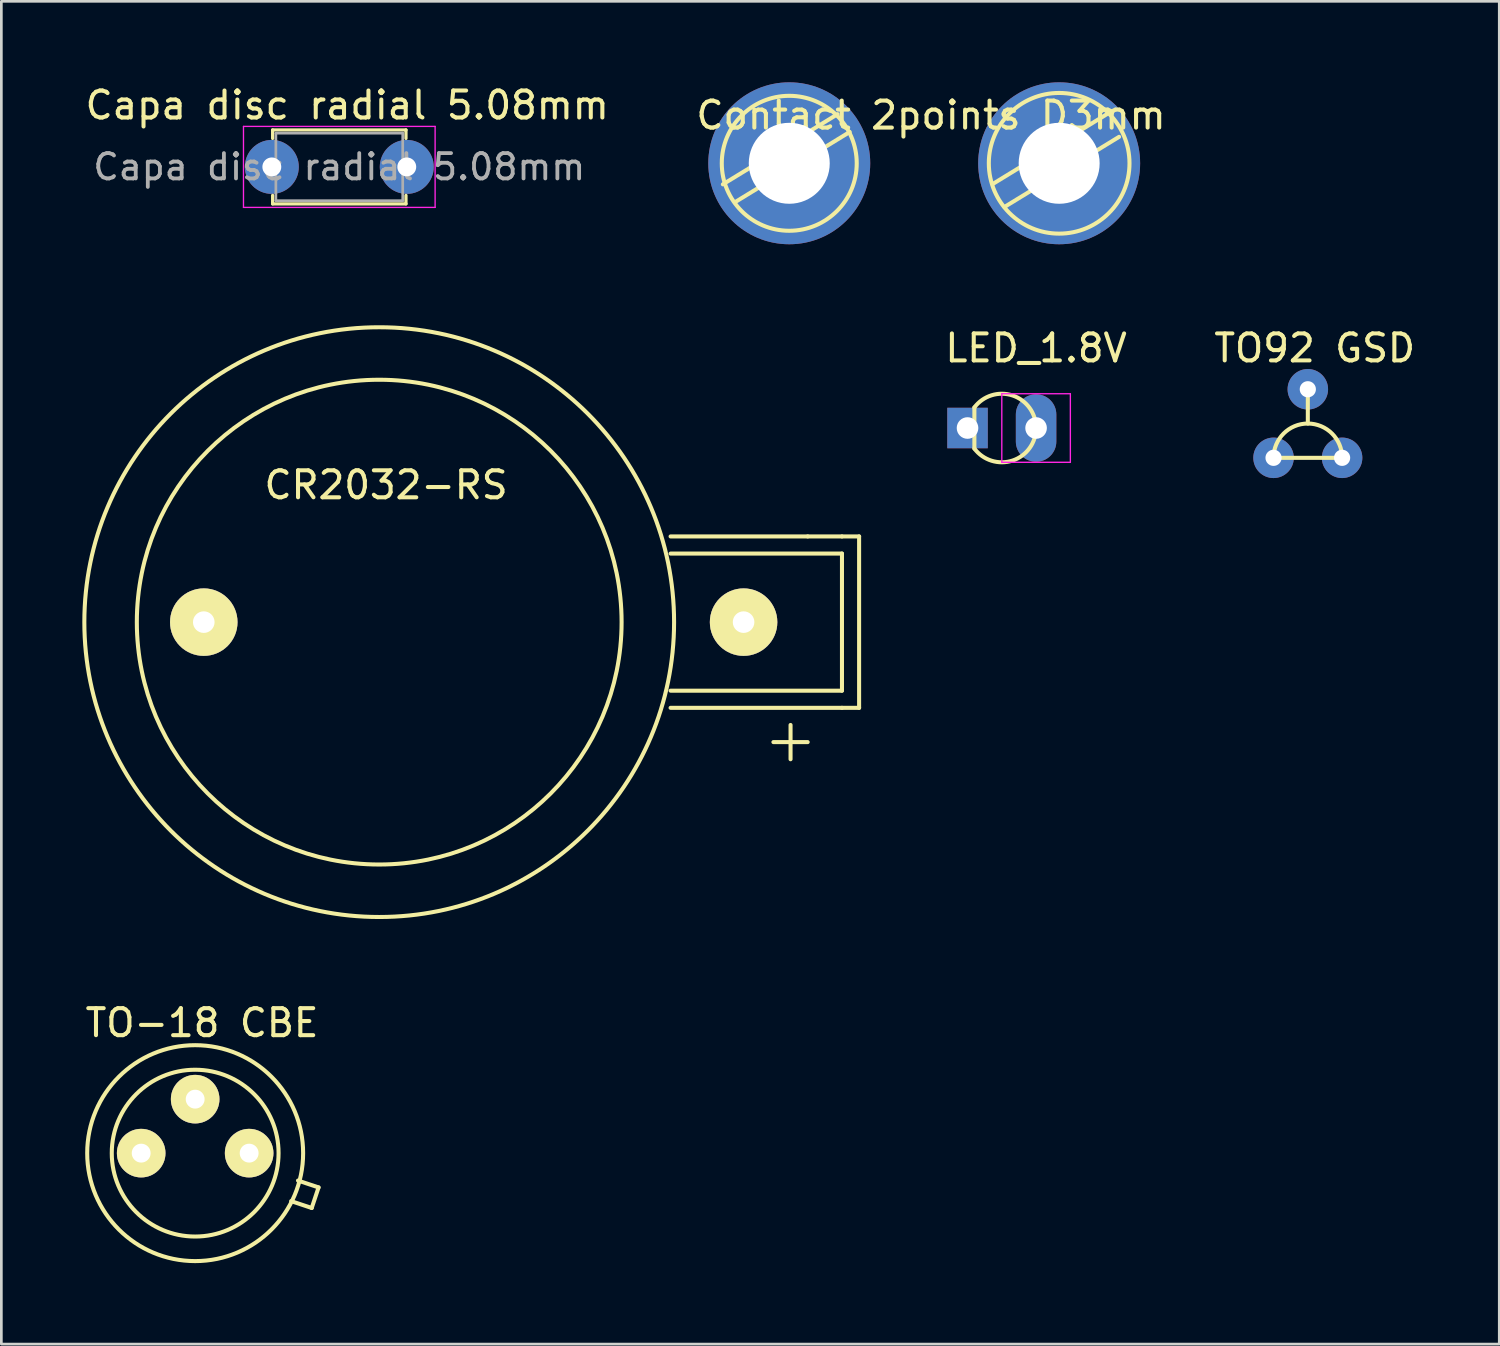
<source format=kicad_pcb>
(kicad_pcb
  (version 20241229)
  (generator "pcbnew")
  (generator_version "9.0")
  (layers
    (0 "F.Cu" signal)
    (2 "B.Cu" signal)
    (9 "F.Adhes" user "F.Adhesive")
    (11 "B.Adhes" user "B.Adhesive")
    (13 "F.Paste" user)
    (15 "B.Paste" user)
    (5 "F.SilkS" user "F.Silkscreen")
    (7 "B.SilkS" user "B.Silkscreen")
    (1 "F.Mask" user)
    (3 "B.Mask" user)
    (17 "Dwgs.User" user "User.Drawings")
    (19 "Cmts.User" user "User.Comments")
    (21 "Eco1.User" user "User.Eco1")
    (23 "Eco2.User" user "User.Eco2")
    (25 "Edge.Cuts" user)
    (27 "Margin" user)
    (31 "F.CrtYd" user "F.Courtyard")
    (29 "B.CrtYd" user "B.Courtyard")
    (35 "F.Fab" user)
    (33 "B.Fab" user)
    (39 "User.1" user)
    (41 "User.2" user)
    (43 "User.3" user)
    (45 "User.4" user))
  (footprint "TO92 GSD"
    (layer "F.Cu")
    (at 45.405 11.372)
    (property "Reference" "TO92 GSD" (at 0.254 -1.524 0) (layer "F.SilkS") (effects (font (size 1 1) (thickness 0.15))))
    (attr through_hole)
    (fp_line (start -1.27 2.54) (end 1.27 2.54) (stroke (width 0.15) (type solid)) (layer "F.SilkS"))
    (fp_line (start 0 1.27) (end 0 0) (stroke (width 0.15) (type solid)) (layer "F.SilkS"))
    (fp_arc (start -1.27 2.54) (mid 0 1.27) (end 1.27 2.54) (stroke (width 0.15) (type solid)) (layer "F.SilkS"))
    (pad "1" thru_hole circle (at 0 0) (size 1.5 1.5) (drill 0.6) (layers "*.Cu" "*.Mask"))
    (pad "2" thru_hole circle (at 1.27 2.54) (size 1.5 1.5) (drill 0.6) (layers "*.Cu" "*.Mask"))
    (pad "3" thru_hole circle (at -1.27 2.54) (size 1.5 1.5) (drill 0.6) (layers "*.Cu" "*.Mask")))
  (footprint "TO-18 CBE"
    (layer "F.Cu")
    (at 4.181 39.674)
    (property "Reference" "TO-18 CBE" (at 0.254 -4.826 0) (layer "F.SilkS") (effects (font (size 1 1) (thickness 0.15))))
    (attr through_hole)
    (fp_line (start 3.81 1.016) (end 4.572 1.27) (stroke (width 0.15) (type solid)) (layer "F.SilkS"))
    (fp_line (start 4.318 2.032) (end 3.556 1.778) (stroke (width 0.15) (type solid)) (layer "F.SilkS"))
    (fp_line (start 4.572 1.27) (end 4.318 2.032) (stroke (width 0.15) (type solid)) (layer "F.SilkS"))
    (fp_circle (center 0 0) (end 3.048 0.508) (stroke (width 0.15) (type solid)) (fill no) (layer "F.SilkS"))
    (fp_circle (center 0 0) (end 4 0) (stroke (width 0.15) (type solid)) (fill no) (layer "F.SilkS"))
    (pad "1" thru_hole circle (at -2 0) (size 1.8 1.8) (drill 0.7) (layers "*.Cu" "*.Mask" "F.SilkS"))
    (pad "2" thru_hole circle (at 0 -2) (size 1.8 1.8) (drill 0.7) (layers "*.Cu" "*.Mask" "F.SilkS"))
    (pad "3" thru_hole circle (at 2 0) (size 1.8 1.8) (drill 0.7) (layers "*.Cu" "*.Mask" "F.SilkS")))
  (footprint "Contact 2points D3mm"
    (layer "F.Cu")
    (at 31.192 3)
    (property "Reference" "Contact 2points D3mm" (at 0.254 -1.778 0) (layer "F.SilkS") (effects (font (size 1 1) (thickness 0.15))))
    (attr through_hole)
    (fp_line (start -7.46 0.78) (end -3.21 -1.82) (stroke (width 0.15) (type solid)) (layer "F.SilkS"))
    (fp_line (start -7.01 1.44) (end -2.76 -1.16) (stroke (width 0.15) (type solid)) (layer "F.SilkS"))
    (fp_line (start 2.55 0.76) (end 6.8 -1.84) (stroke (width 0.15) (type solid)) (layer "F.SilkS"))
    (fp_line (start 2.97 1.62) (end 7.22 -0.98) (stroke (width 0.15) (type solid)) (layer "F.SilkS"))
    (fp_circle (center -5 0) (end -2.5 0) (stroke (width 0.15) (type solid)) (fill no) (layer "F.SilkS"))
    (fp_circle (center 5 0) (end 7.606 0) (stroke (width 0.15) (type solid)) (fill no) (layer "F.SilkS"))
    (pad "1" thru_hole circle (at -5 0) (size 6 6) (drill 3) (layers "*.Cu" "*.Mask"))
    (pad "2" thru_hole circle (at 5 0) (size 6 6) (drill 3) (layers "*.Cu" "*.Mask")))
  (footprint "LED_1.8V"
    (layer "F.Cu")
    (at 32.797 12.808)
    (property "Reference" "LED_1.8V" (at 2.54 -2.96 0) (layer "F.SilkS") (effects (font (size 1 1) (thickness 0.15))))
    (attr through_hole)
    (fp_line (start 0.254 -0.762) (end 0.254 0.762) (stroke (width 0.15) (type solid)) (layer "F.SilkS"))
    (fp_arc (start 0.254 -0.762) (mid 1.671609 -1.204828) (end 2.54 0) (stroke (width 0.15) (type solid)) (layer "F.SilkS"))
    (fp_arc (start 2.54 0) (mid 1.671609 1.204828) (end 0.254 0.762) (stroke (width 0.15) (type solid)) (layer "F.SilkS"))
    (fp_line (start 1.27 -1.27) (end 1.27 1.27) (stroke (width 0.05) (type solid)) (layer "F.CrtYd"))
    (fp_line (start 1.27 1.27) (end 3.81 1.27) (stroke (width 0.05) (type solid)) (layer "F.CrtYd"))
    (fp_line (start 3.81 -1.27) (end 1.27 -1.27) (stroke (width 0.05) (type solid)) (layer "F.CrtYd"))
    (fp_line (start 3.81 1.27) (end 3.81 -1.27) (stroke (width 0.05) (type solid)) (layer "F.CrtYd"))
    (pad "1" thru_hole rect (at 0 0) (size 1.5 1.5) (drill 0.8) (layers "*.Cu" "*.Mask"))
    (pad "2" thru_hole oval (at 2.54 0) (size 1.5 2.5) (drill 0.8) (layers "*.Cu" "*.Mask")))
  (footprint "CR2032-RS"
    (layer "F.Cu")
    (at 11 20)
    (property "Reference" "CR2032-RS" (at 0.254 -5.08 0) (layer "F.SilkS") (effects (font (size 1 1) (thickness 0.15))))
    (attr through_hole)
    (fp_line (start 10.795 -3.175) (end 15.875 -3.175) (stroke (width 0.15) (type solid)) (layer "F.SilkS"))
    (fp_line (start 10.795 -2.54) (end 17.145 -2.54) (stroke (width 0.15) (type solid)) (layer "F.SilkS"))
    (fp_line (start 14.605 4.445) (end 15.875 4.445) (stroke (width 0.15) (type solid)) (layer "F.SilkS"))
    (fp_line (start 15.24 3.81) (end 15.24 5.08) (stroke (width 0.15) (type solid)) (layer "F.SilkS"))
    (fp_line (start 15.875 -3.175) (end 17.145 -3.175) (stroke (width 0.15) (type solid)) (layer "F.SilkS"))
    (fp_line (start 17.145 -3.175) (end 17.78 -3.175) (stroke (width 0.15) (type solid)) (layer "F.SilkS"))
    (fp_line (start 17.145 -2.54) (end 17.145 2.54) (stroke (width 0.15) (type solid)) (layer "F.SilkS"))
    (fp_line (start 17.145 2.54) (end 10.795 2.54) (stroke (width 0.15) (type solid)) (layer "F.SilkS"))
    (fp_line (start 17.145 3.175) (end 10.795 3.175) (stroke (width 0.15) (type solid)) (layer "F.SilkS"))
    (fp_line (start 17.78 -3.175) (end 17.78 3.175) (stroke (width 0.15) (type solid)) (layer "F.SilkS"))
    (fp_line (start 17.78 3.175) (end 17.145 3.175) (stroke (width 0.15) (type solid)) (layer "F.SilkS"))
    (fp_circle (center 0 0) (end -1.27 -8.89) (stroke (width 0.15) (type solid)) (fill no) (layer "F.SilkS"))
    (fp_circle (center 0 0) (end 6.35 8.89) (stroke (width 0.15) (type solid)) (fill no) (layer "F.SilkS"))
    (pad "1" thru_hole circle (at 13.5 0) (size 2.5 2.5) (drill 0.8) (layers "*.Cu" "*.Mask" "F.SilkS"))
    (pad "2" thru_hole circle (at -6.5 0) (size 2.5 2.5) (drill 0.8) (layers "*.Cu" "*.Mask" "F.SilkS")))
  (footprint "Capa disc radial 5.08mm"
    (layer "F.Cu")
    (at 7.021 3.134)
    (property "Reference" "Capa disc radial 5.08mm" (at 2.794 -2.286 0) (layer "F.SilkS") (effects (font (size 1 1) (thickness 0.15))))
    (attr through_hole)
    (fp_line (start 0.03 -1.37) (end 0.03 -1.055) (stroke (width 0.12) (type solid)) (layer "F.SilkS"))
    (fp_line (start 0.03 -1.37) (end 4.97 -1.37) (stroke (width 0.12) (type solid)) (layer "F.SilkS"))
    (fp_line (start 0.03 1.055) (end 0.03 1.37) (stroke (width 0.12) (type solid)) (layer "F.SilkS"))
    (fp_line (start 0.03 1.37) (end 4.97 1.37) (stroke (width 0.12) (type solid)) (layer "F.SilkS"))
    (fp_line (start 4.97 -1.37) (end 4.97 -1.055) (stroke (width 0.12) (type solid)) (layer "F.SilkS"))
    (fp_line (start 4.97 1.055) (end 4.97 1.37) (stroke (width 0.12) (type solid)) (layer "F.SilkS"))
    (fp_line (start -1.05 -1.5) (end -1.05 1.5) (stroke (width 0.05) (type solid)) (layer "F.CrtYd"))
    (fp_line (start -1.05 1.5) (end 6.05 1.5) (stroke (width 0.05) (type solid)) (layer "F.CrtYd"))
    (fp_line (start 6.05 -1.5) (end -1.05 -1.5) (stroke (width 0.05) (type solid)) (layer "F.CrtYd"))
    (fp_line (start 6.05 1.5) (end 6.05 -1.5) (stroke (width 0.05) (type solid)) (layer "F.CrtYd"))
    (fp_line (start 0.15 -1.25) (end 0.15 1.25) (stroke (width 0.1) (type solid)) (layer "F.Fab"))
    (fp_line (start 0.15 1.25) (end 4.85 1.25) (stroke (width 0.1) (type solid)) (layer "F.Fab"))
    (fp_line (start 4.85 -1.25) (end 0.15 -1.25) (stroke (width 0.1) (type solid)) (layer "F.Fab"))
    (fp_line (start 4.85 1.25) (end 4.85 -1.25) (stroke (width 0.1) (type solid)) (layer "F.Fab"))
    (fp_text user "${REFERENCE}" (at 2.5 0 0) (layer "F.Fab") (effects (font (size 0.94 0.94) (thickness 0.141))))
    (pad "1" thru_hole circle (at 0 0) (size 2 2) (drill 0.7) (layers "*.Cu" "*.Mask"))
    (pad "2" thru_hole circle (at 5 0) (size 2 2) (drill 0.7) (layers "*.Cu" "*.Mask")))
  (gr_rect
    (start -3 -3)
    (end 52.498 46.749)
    (stroke (width 0.1) (type default))
    (fill no)
    (layer "Edge.Cuts")))
</source>
